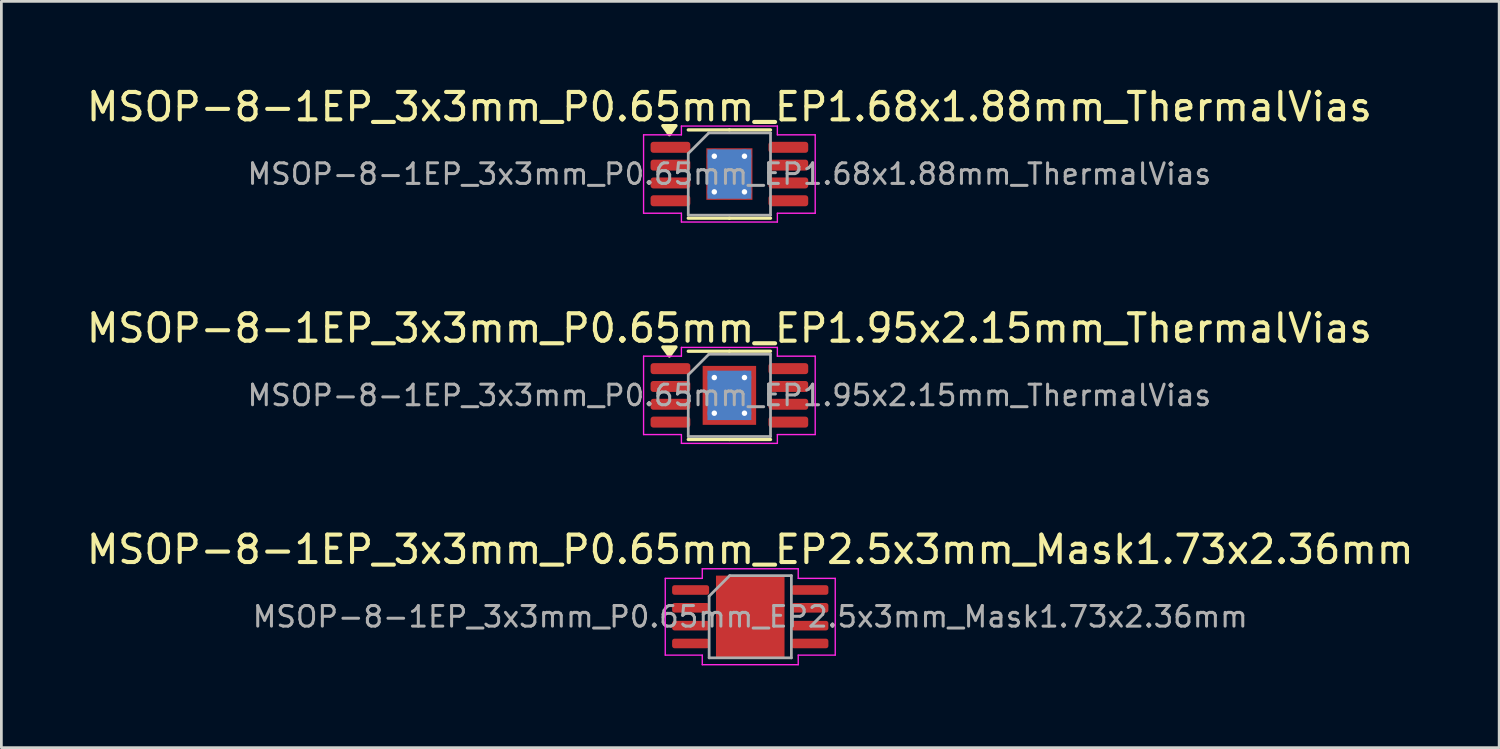
<source format=kicad_pcb>
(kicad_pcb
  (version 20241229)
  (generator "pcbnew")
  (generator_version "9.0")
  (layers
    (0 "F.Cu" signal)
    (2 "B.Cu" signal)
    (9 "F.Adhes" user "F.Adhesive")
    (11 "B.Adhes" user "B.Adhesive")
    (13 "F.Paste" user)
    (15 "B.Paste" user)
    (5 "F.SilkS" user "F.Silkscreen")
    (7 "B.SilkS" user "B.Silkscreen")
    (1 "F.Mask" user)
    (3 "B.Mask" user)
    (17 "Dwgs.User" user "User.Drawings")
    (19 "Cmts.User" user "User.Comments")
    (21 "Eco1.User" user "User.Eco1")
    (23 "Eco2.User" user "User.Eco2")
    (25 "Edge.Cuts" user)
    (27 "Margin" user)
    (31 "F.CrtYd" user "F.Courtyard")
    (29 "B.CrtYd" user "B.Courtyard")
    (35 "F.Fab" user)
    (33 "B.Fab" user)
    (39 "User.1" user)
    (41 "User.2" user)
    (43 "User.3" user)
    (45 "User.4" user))
  (footprint "MSOP-8-1EP_3x3mm_P0.65mm_EP2.5x3mm_Mask1.73x2.36mm"
    (layer "F.Cu")
    (at 24.315 19.445)
    (property "Reference" "MSOP-8-1EP_3x3mm_P0.65mm_EP2.5x3mm_Mask1.73x2.36mm" (at 0 -2.45 0) (layer "F.SilkS") (effects (font (size 1 1) (thickness 0.15))))
    (attr smd)
    (fp_line (start -3.1 -1.4) (end -1.75 -1.4) (stroke (width 0.05) (type solid)) (layer "F.CrtYd"))
    (fp_line (start -3.1 1.4) (end -3.1 -1.4) (stroke (width 0.05) (type solid)) (layer "F.CrtYd"))
    (fp_line (start -1.75 -1.75) (end 1.75 -1.75) (stroke (width 0.05) (type solid)) (layer "F.CrtYd"))
    (fp_line (start -1.75 -1.4) (end -1.75 -1.75) (stroke (width 0.05) (type solid)) (layer "F.CrtYd"))
    (fp_line (start -1.75 1.4) (end -3.1 1.4) (stroke (width 0.05) (type solid)) (layer "F.CrtYd"))
    (fp_line (start -1.75 1.75) (end -1.75 1.4) (stroke (width 0.05) (type solid)) (layer "F.CrtYd"))
    (fp_line (start 1.75 -1.75) (end 1.75 -1.4) (stroke (width 0.05) (type solid)) (layer "F.CrtYd"))
    (fp_line (start 1.75 -1.4) (end 3.1 -1.4) (stroke (width 0.05) (type solid)) (layer "F.CrtYd"))
    (fp_line (start 1.75 1.4) (end 1.75 1.75) (stroke (width 0.05) (type solid)) (layer "F.CrtYd"))
    (fp_line (start 1.75 1.75) (end -1.75 1.75) (stroke (width 0.05) (type solid)) (layer "F.CrtYd"))
    (fp_line (start 3.1 -1.4) (end 3.1 1.4) (stroke (width 0.05) (type solid)) (layer "F.CrtYd"))
    (fp_line (start 3.1 1.4) (end 1.75 1.4) (stroke (width 0.05) (type solid)) (layer "F.CrtYd"))
    (fp_line (start -1.5 -0.75) (end -0.75 -1.5) (stroke (width 0.1) (type solid)) (layer "F.Fab"))
    (fp_line (start -1.5 1.5) (end -1.5 -0.75) (stroke (width 0.1) (type solid)) (layer "F.Fab"))
    (fp_line (start -0.75 -1.5) (end 1.5 -1.5) (stroke (width 0.1) (type solid)) (layer "F.Fab"))
    (fp_line (start 1.5 -1.5) (end 1.5 1.5) (stroke (width 0.1) (type solid)) (layer "F.Fab"))
    (fp_line (start 1.5 1.5) (end -1.5 1.5) (stroke (width 0.1) (type solid)) (layer "F.Fab"))
    (fp_text user "${REFERENCE}" (at 0 0 0) (layer "F.Fab") (effects (font (size 0.75 0.75) (thickness 0.11))))
    (pad "" smd roundrect (at -0.43 -0.59) (size 0.7 0.95) (layers "F.Paste") (roundrect_rratio 0.25))
    (pad "" smd roundrect (at -0.43 0.59) (size 0.7 0.95) (layers "F.Paste") (roundrect_rratio 0.25))
    (pad "" smd rect (at 0 0) (size 1.73 2.36) (layers "F.Mask"))
    (pad "" smd roundrect (at 0.43 -0.59) (size 0.7 0.95) (layers "F.Paste") (roundrect_rratio 0.25))
    (pad "" smd roundrect (at 0.43 0.59) (size 0.7 0.95) (layers "F.Paste") (roundrect_rratio 0.25))
    (pad "1" smd roundrect (at -2.175 -0.975) (size 1.35 0.35) (layers "F.Cu" "F.Mask" "F.Paste") (roundrect_rratio 0.25))
    (pad "2" smd roundrect (at -2.175 -0.325) (size 1.35 0.35) (layers "F.Cu" "F.Mask" "F.Paste") (roundrect_rratio 0.25))
    (pad "3" smd roundrect (at -2.175 0.325) (size 1.35 0.35) (layers "F.Cu" "F.Mask" "F.Paste") (roundrect_rratio 0.25))
    (pad "4" smd roundrect (at -2.175 0.975) (size 1.35 0.35) (layers "F.Cu" "F.Mask" "F.Paste") (roundrect_rratio 0.25))
    (pad "5" smd roundrect (at 2.175 0.975) (size 1.35 0.35) (layers "F.Cu" "F.Mask" "F.Paste") (roundrect_rratio 0.25))
    (pad "6" smd roundrect (at 2.175 0.325) (size 1.35 0.35) (layers "F.Cu" "F.Mask" "F.Paste") (roundrect_rratio 0.25))
    (pad "7" smd roundrect (at 2.175 -0.325) (size 1.35 0.35) (layers "F.Cu" "F.Mask" "F.Paste") (roundrect_rratio 0.25))
    (pad "8" smd roundrect (at 2.175 -0.975) (size 1.35 0.35) (layers "F.Cu" "F.Mask" "F.Paste") (roundrect_rratio 0.25))
    (pad "9" smd rect (at 0 0) (size 2.5 3) (property pad_prop_heatsink) (layers "F.Cu")))
  (footprint "MSOP-8-1EP_3x3mm_P0.65mm_EP1.95x2.15mm_ThermalVias"
    (layer "F.Cu")
    (at 23.554 11.371)
    (property "Reference" "MSOP-8-1EP_3x3mm_P0.65mm_EP1.95x2.15mm_ThermalVias" (at 0 -2.45 0) (layer "F.SilkS") (effects (font (size 1 1) (thickness 0.15))))
    (attr smd)
    (fp_line (start 0 -1.61) (end -1.5 -1.61) (stroke (width 0.12) (type solid)) (layer "F.SilkS"))
    (fp_line (start 0 -1.61) (end 1.5 -1.61) (stroke (width 0.12) (type solid)) (layer "F.SilkS"))
    (fp_line (start 0 1.61) (end -1.5 1.61) (stroke (width 0.12) (type solid)) (layer "F.SilkS"))
    (fp_line (start 0 1.61) (end 1.5 1.61) (stroke (width 0.12) (type solid)) (layer "F.SilkS"))
    (fp_poly (pts (xy -2.188 -1.435) (xy -2.428 -1.765) (xy -1.948 -1.765)) (stroke (width 0.12) (type solid)) (fill yes) (layer "F.SilkS"))
    (fp_line (start -3.13 -1.43) (end -1.75 -1.43) (stroke (width 0.05) (type solid)) (layer "F.CrtYd"))
    (fp_line (start -3.13 1.43) (end -3.13 -1.43) (stroke (width 0.05) (type solid)) (layer "F.CrtYd"))
    (fp_line (start -1.75 -1.75) (end 1.75 -1.75) (stroke (width 0.05) (type solid)) (layer "F.CrtYd"))
    (fp_line (start -1.75 -1.43) (end -1.75 -1.75) (stroke (width 0.05) (type solid)) (layer "F.CrtYd"))
    (fp_line (start -1.75 1.43) (end -3.13 1.43) (stroke (width 0.05) (type solid)) (layer "F.CrtYd"))
    (fp_line (start -1.75 1.75) (end -1.75 1.43) (stroke (width 0.05) (type solid)) (layer "F.CrtYd"))
    (fp_line (start 1.75 -1.75) (end 1.75 -1.43) (stroke (width 0.05) (type solid)) (layer "F.CrtYd"))
    (fp_line (start 1.75 -1.43) (end 3.13 -1.43) (stroke (width 0.05) (type solid)) (layer "F.CrtYd"))
    (fp_line (start 1.75 1.43) (end 1.75 1.75) (stroke (width 0.05) (type solid)) (layer "F.CrtYd"))
    (fp_line (start 1.75 1.75) (end -1.75 1.75) (stroke (width 0.05) (type solid)) (layer "F.CrtYd"))
    (fp_line (start 3.13 -1.43) (end 3.13 1.43) (stroke (width 0.05) (type solid)) (layer "F.CrtYd"))
    (fp_line (start 3.13 1.43) (end 1.75 1.43) (stroke (width 0.05) (type solid)) (layer "F.CrtYd"))
    (fp_line (start -1.5 -0.75) (end -0.75 -1.5) (stroke (width 0.1) (type solid)) (layer "F.Fab"))
    (fp_line (start -1.5 1.5) (end -1.5 -0.75) (stroke (width 0.1) (type solid)) (layer "F.Fab"))
    (fp_line (start -0.75 -1.5) (end 1.5 -1.5) (stroke (width 0.1) (type solid)) (layer "F.Fab"))
    (fp_line (start 1.5 -1.5) (end 1.5 1.5) (stroke (width 0.1) (type solid)) (layer "F.Fab"))
    (fp_line (start 1.5 1.5) (end -1.5 1.5) (stroke (width 0.1) (type solid)) (layer "F.Fab"))
    (fp_text user "${REFERENCE}" (at 0 0 0) (layer "F.Fab") (effects (font (size 0.75 0.75) (thickness 0.11))))
    (pad "" smd roundrect (at -0.49 -0.54) (size 0.82 0.9) (layers "F.Paste") (roundrect_rratio 0.25))
    (pad "" smd roundrect (at -0.49 0.54) (size 0.82 0.9) (layers "F.Paste") (roundrect_rratio 0.25))
    (pad "" smd roundrect (at 0.49 -0.54) (size 0.82 0.9) (layers "F.Paste") (roundrect_rratio 0.25))
    (pad "" smd roundrect (at 0.49 0.54) (size 0.82 0.9) (layers "F.Paste") (roundrect_rratio 0.25))
    (pad "1" smd roundrect (at -2.15 -0.975) (size 1.45 0.4) (layers "F.Cu" "F.Mask" "F.Paste") (roundrect_rratio 0.25))
    (pad "2" smd roundrect (at -2.15 -0.325) (size 1.45 0.4) (layers "F.Cu" "F.Mask" "F.Paste") (roundrect_rratio 0.25))
    (pad "3" smd roundrect (at -2.15 0.325) (size 1.45 0.4) (layers "F.Cu" "F.Mask" "F.Paste") (roundrect_rratio 0.25))
    (pad "4" smd roundrect (at -2.15 0.975) (size 1.45 0.4) (layers "F.Cu" "F.Mask" "F.Paste") (roundrect_rratio 0.25))
    (pad "5" smd roundrect (at 2.15 0.975) (size 1.45 0.4) (layers "F.Cu" "F.Mask" "F.Paste") (roundrect_rratio 0.25))
    (pad "6" smd roundrect (at 2.15 0.325) (size 1.45 0.4) (layers "F.Cu" "F.Mask" "F.Paste") (roundrect_rratio 0.25))
    (pad "7" smd roundrect (at 2.15 -0.325) (size 1.45 0.4) (layers "F.Cu" "F.Mask" "F.Paste") (roundrect_rratio 0.25))
    (pad "8" smd roundrect (at 2.15 -0.975) (size 1.45 0.4) (layers "F.Cu" "F.Mask" "F.Paste") (roundrect_rratio 0.25))
    (pad "9" thru_hole circle (at -0.55 -0.65) (size 0.5 0.5) (drill 0.2) (property pad_prop_heatsink) (layers "*.Cu"))
    (pad "9" thru_hole circle (at -0.55 0.65) (size 0.5 0.5) (drill 0.2) (property pad_prop_heatsink) (layers "*.Cu"))
    (pad "9" smd rect (at 0 0) (size 1.6 1.8) (property pad_prop_heatsink) (layers "B.Cu"))
    (pad "9" smd rect (at 0 0) (size 1.95 2.15) (property pad_prop_heatsink) (layers "F.Cu" "F.Mask"))
    (pad "9" thru_hole circle (at 0.55 -0.65) (size 0.5 0.5) (drill 0.2) (property pad_prop_heatsink) (layers "*.Cu"))
    (pad "9" thru_hole circle (at 0.55 0.65) (size 0.5 0.5) (drill 0.2) (property pad_prop_heatsink) (layers "*.Cu")))
  (footprint "MSOP-8-1EP_3x3mm_P0.65mm_EP1.68x1.88mm_ThermalVias"
    (layer "F.Cu")
    (at 23.554 3.298)
    (property "Reference" "MSOP-8-1EP_3x3mm_P0.65mm_EP1.68x1.88mm_ThermalVias" (at 0 -2.45 0) (layer "F.SilkS") (effects (font (size 1 1) (thickness 0.15))))
    (attr smd)
    (fp_line (start 0 -1.61) (end -1.5 -1.61) (stroke (width 0.12) (type solid)) (layer "F.SilkS"))
    (fp_line (start 0 -1.61) (end 1.5 -1.61) (stroke (width 0.12) (type solid)) (layer "F.SilkS"))
    (fp_line (start 0 1.61) (end -1.5 1.61) (stroke (width 0.12) (type solid)) (layer "F.SilkS"))
    (fp_line (start 0 1.61) (end 1.5 1.61) (stroke (width 0.12) (type solid)) (layer "F.SilkS"))
    (fp_poly (pts (xy -2.188 -1.435) (xy -2.428 -1.765) (xy -1.948 -1.765)) (stroke (width 0.12) (type solid)) (fill yes) (layer "F.SilkS"))
    (fp_line (start -3.13 -1.43) (end -1.75 -1.43) (stroke (width 0.05) (type solid)) (layer "F.CrtYd"))
    (fp_line (start -3.13 1.43) (end -3.13 -1.43) (stroke (width 0.05) (type solid)) (layer "F.CrtYd"))
    (fp_line (start -1.75 -1.75) (end 1.75 -1.75) (stroke (width 0.05) (type solid)) (layer "F.CrtYd"))
    (fp_line (start -1.75 -1.43) (end -1.75 -1.75) (stroke (width 0.05) (type solid)) (layer "F.CrtYd"))
    (fp_line (start -1.75 1.43) (end -3.13 1.43) (stroke (width 0.05) (type solid)) (layer "F.CrtYd"))
    (fp_line (start -1.75 1.75) (end -1.75 1.43) (stroke (width 0.05) (type solid)) (layer "F.CrtYd"))
    (fp_line (start 1.75 -1.75) (end 1.75 -1.43) (stroke (width 0.05) (type solid)) (layer "F.CrtYd"))
    (fp_line (start 1.75 -1.43) (end 3.13 -1.43) (stroke (width 0.05) (type solid)) (layer "F.CrtYd"))
    (fp_line (start 1.75 1.43) (end 1.75 1.75) (stroke (width 0.05) (type solid)) (layer "F.CrtYd"))
    (fp_line (start 1.75 1.75) (end -1.75 1.75) (stroke (width 0.05) (type solid)) (layer "F.CrtYd"))
    (fp_line (start 3.13 -1.43) (end 3.13 1.43) (stroke (width 0.05) (type solid)) (layer "F.CrtYd"))
    (fp_line (start 3.13 1.43) (end 1.75 1.43) (stroke (width 0.05) (type solid)) (layer "F.CrtYd"))
    (fp_line (start -1.5 -0.75) (end -0.75 -1.5) (stroke (width 0.1) (type solid)) (layer "F.Fab"))
    (fp_line (start -1.5 1.5) (end -1.5 -0.75) (stroke (width 0.1) (type solid)) (layer "F.Fab"))
    (fp_line (start -0.75 -1.5) (end 1.5 -1.5) (stroke (width 0.1) (type solid)) (layer "F.Fab"))
    (fp_line (start 1.5 -1.5) (end 1.5 1.5) (stroke (width 0.1) (type solid)) (layer "F.Fab"))
    (fp_line (start 1.5 1.5) (end -1.5 1.5) (stroke (width 0.1) (type solid)) (layer "F.Fab"))
    (fp_text user "${REFERENCE}" (at 0 0 0) (layer "F.Fab") (effects (font (size 0.75 0.75) (thickness 0.11))))
    (pad "" smd roundrect (at -0.42 -0.47) (size 0.7 0.79) (layers "F.Paste") (roundrect_rratio 0.25))
    (pad "" smd roundrect (at -0.42 0.47) (size 0.7 0.79) (layers "F.Paste") (roundrect_rratio 0.25))
    (pad "" smd roundrect (at 0.42 -0.47) (size 0.7 0.79) (layers "F.Paste") (roundrect_rratio 0.25))
    (pad "" smd roundrect (at 0.42 0.47) (size 0.7 0.79) (layers "F.Paste") (roundrect_rratio 0.25))
    (pad "1" smd roundrect (at -2.15 -0.975) (size 1.45 0.4) (layers "F.Cu" "F.Mask" "F.Paste") (roundrect_rratio 0.25))
    (pad "2" smd roundrect (at -2.15 -0.325) (size 1.45 0.4) (layers "F.Cu" "F.Mask" "F.Paste") (roundrect_rratio 0.25))
    (pad "3" smd roundrect (at -2.15 0.325) (size 1.45 0.4) (layers "F.Cu" "F.Mask" "F.Paste") (roundrect_rratio 0.25))
    (pad "4" smd roundrect (at -2.15 0.975) (size 1.45 0.4) (layers "F.Cu" "F.Mask" "F.Paste") (roundrect_rratio 0.25))
    (pad "5" smd roundrect (at 2.15 0.975) (size 1.45 0.4) (layers "F.Cu" "F.Mask" "F.Paste") (roundrect_rratio 0.25))
    (pad "6" smd roundrect (at 2.15 0.325) (size 1.45 0.4) (layers "F.Cu" "F.Mask" "F.Paste") (roundrect_rratio 0.25))
    (pad "7" smd roundrect (at 2.15 -0.325) (size 1.45 0.4) (layers "F.Cu" "F.Mask" "F.Paste") (roundrect_rratio 0.25))
    (pad "8" smd roundrect (at 2.15 -0.975) (size 1.45 0.4) (layers "F.Cu" "F.Mask" "F.Paste") (roundrect_rratio 0.25))
    (pad "9" thru_hole circle (at -0.55 -0.65) (size 0.5 0.5) (drill 0.2) (property pad_prop_heatsink) (layers "*.Cu"))
    (pad "9" thru_hole circle (at -0.55 0.65) (size 0.5 0.5) (drill 0.2) (property pad_prop_heatsink) (layers "*.Cu"))
    (pad "9" smd rect (at 0 0) (size 1.6 1.8) (property pad_prop_heatsink) (layers "B.Cu"))
    (pad "9" smd rect (at 0 0) (size 1.68 1.88) (property pad_prop_heatsink) (layers "F.Cu" "F.Mask"))
    (pad "9" thru_hole circle (at 0.55 -0.65) (size 0.5 0.5) (drill 0.2) (property pad_prop_heatsink) (layers "*.Cu"))
    (pad "9" thru_hole circle (at 0.55 0.65) (size 0.5 0.5) (drill 0.2) (property pad_prop_heatsink) (layers "*.Cu")))
  (gr_rect
    (start -3 -3)
    (end 51.631 24.22)
    (stroke (width 0.1) (type default))
    (fill no)
    (layer "Edge.Cuts")))
</source>
